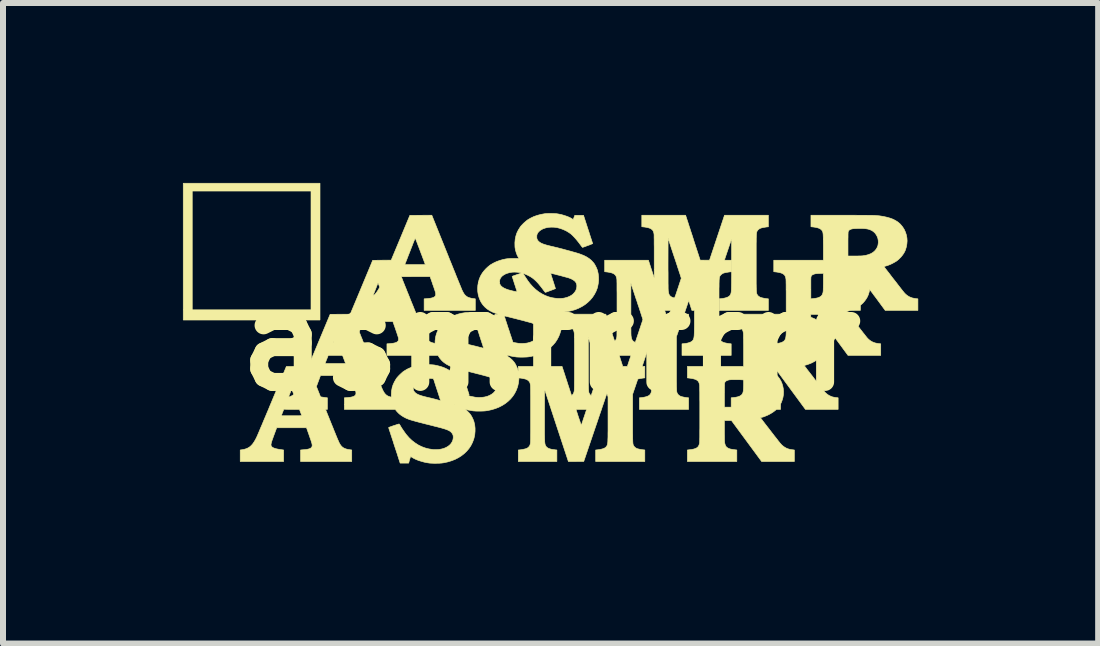
<source format=kicad_pcb>
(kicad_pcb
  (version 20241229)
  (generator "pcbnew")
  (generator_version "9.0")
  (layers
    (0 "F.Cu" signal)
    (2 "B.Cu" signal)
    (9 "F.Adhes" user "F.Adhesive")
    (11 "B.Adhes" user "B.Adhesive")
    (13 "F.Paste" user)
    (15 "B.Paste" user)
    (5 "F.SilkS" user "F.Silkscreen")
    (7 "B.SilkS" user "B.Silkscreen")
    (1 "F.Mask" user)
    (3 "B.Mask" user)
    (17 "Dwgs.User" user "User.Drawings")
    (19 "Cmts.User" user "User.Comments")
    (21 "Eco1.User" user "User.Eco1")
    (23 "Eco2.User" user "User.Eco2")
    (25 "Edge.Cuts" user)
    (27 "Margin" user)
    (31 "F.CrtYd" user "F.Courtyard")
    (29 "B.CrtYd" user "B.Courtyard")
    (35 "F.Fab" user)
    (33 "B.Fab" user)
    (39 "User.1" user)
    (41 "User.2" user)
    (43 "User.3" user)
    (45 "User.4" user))
  (footprint "asmrrrrrr"
    (layer "F.Cu")
    (at 6.134 2.628)
    (property "Reference" "asmrrrrrr" (at 0 0 0) (layer "F.SilkS") (effects (font (size 1.524 1.524) (thickness 0.3))))
    (attr through_hole)
    (fp_poly (pts (xy -3.849 -0.343) (xy -6.129 -0.343) (xy -6.129 -2.493) (xy -5.979 -2.493) (xy -5.979 -0.513) (xy -3.999 -0.513) (xy -3.999 -2.493) (xy -5.979 -2.493) (xy -6.129 -2.493) (xy -6.129 -2.623) (xy -3.849 -2.623) (xy -3.849 -0.343)) (stroke (width 0.01) (type solid)) (fill yes) (layer "F.SilkS"))
    (fp_poly (pts (xy 4.847 -2.09) (xy 4.918 -2.09) (xy 4.985 -2.09) (xy 5.049 -2.09) (xy 5.108 -2.089) (xy 5.162 -2.089) (xy 5.212 -2.089) (xy 5.256 -2.089) (xy 5.296 -2.088) (xy 5.329 -2.088) (xy 5.357 -2.088) (xy 5.379 -2.087) (xy 5.395 -2.087) (xy 5.404 -2.086) (xy 5.475 -2.08) (xy 5.54 -2.07) (xy 5.599 -2.057) (xy 5.653 -2.042) (xy 5.702 -2.024) (xy 5.745 -2.002) (xy 5.783 -1.978) (xy 5.817 -1.95) (xy 5.833 -1.933) (xy 5.865 -1.894) (xy 5.892 -1.851) (xy 5.912 -1.806) (xy 5.927 -1.759) (xy 5.936 -1.711) (xy 5.939 -1.661) (xy 5.935 -1.611) (xy 5.926 -1.561) (xy 5.911 -1.511) (xy 5.901 -1.488) (xy 5.884 -1.456) (xy 5.861 -1.423) (xy 5.835 -1.391) (xy 5.805 -1.361) (xy 5.774 -1.334) (xy 5.757 -1.322) (xy 5.73 -1.306) (xy 5.701 -1.29) (xy 5.669 -1.274) (xy 5.638 -1.261) (xy 5.608 -1.25) (xy 5.58 -1.242) (xy 5.565 -1.238) (xy 5.557 -1.236) (xy 5.553 -1.235) (xy 5.553 -1.235) (xy 5.555 -1.232) (xy 5.56 -1.224) (xy 5.569 -1.212) (xy 5.581 -1.196) (xy 5.596 -1.177) (xy 5.613 -1.155) (xy 5.632 -1.131) (xy 5.652 -1.105) (xy 5.673 -1.077) (xy 5.695 -1.048) (xy 5.718 -1.019) (xy 5.741 -0.99) (xy 5.763 -0.962) (xy 5.784 -0.934) (xy 5.804 -0.908) (xy 5.823 -0.884) (xy 5.84 -0.862) (xy 5.855 -0.843) (xy 5.867 -0.827) (xy 5.877 -0.816) (xy 5.883 -0.808) (xy 5.883 -0.807) (xy 5.911 -0.777) (xy 5.939 -0.753) (xy 5.969 -0.734) (xy 5.981 -0.728) (xy 6.003 -0.719) (xy 6.025 -0.711) (xy 6.048 -0.706) (xy 6.075 -0.701) (xy 6.087 -0.699) (xy 6.119 -0.696) (xy 6.119 -0.503) (xy 5.574 -0.503) (xy 5.446 -0.677) (xy 5.424 -0.707) (xy 5.403 -0.735) (xy 5.383 -0.761) (xy 5.366 -0.785) (xy 5.35 -0.806) (xy 5.337 -0.823) (xy 5.327 -0.836) (xy 5.32 -0.845) (xy 5.316 -0.85) (xy 5.316 -0.85) (xy 5.313 -0.847) (xy 5.313 -0.842) (xy 5.311 -0.832) (xy 5.308 -0.818) (xy 5.304 -0.801) (xy 5.298 -0.782) (xy 5.292 -0.764) (xy 5.288 -0.754) (xy 5.272 -0.72) (xy 5.251 -0.686) (xy 5.227 -0.654) (xy 5.202 -0.625) (xy 5.183 -0.608) (xy 5.16 -0.588) (xy 5.16 -0.546) (xy 5.159 -0.503) (xy 5.075 -0.503) (xy 5.049 -0.502) (xy 5.028 -0.502) (xy 5.012 -0.501) (xy 4.999 -0.5) (xy 4.988 -0.499) (xy 4.979 -0.498) (xy 4.971 -0.496) (xy 4.963 -0.493) (xy 4.95 -0.49) (xy 4.94 -0.487) (xy 4.934 -0.485) (xy 4.933 -0.485) (xy 4.935 -0.482) (xy 4.941 -0.475) (xy 4.949 -0.463) (xy 4.961 -0.447) (xy 4.976 -0.428) (xy 4.993 -0.406) (xy 5.011 -0.382) (xy 5.031 -0.356) (xy 5.053 -0.328) (xy 5.075 -0.3) (xy 5.097 -0.271) (xy 5.119 -0.242) (xy 5.142 -0.213) (xy 5.163 -0.185) (xy 5.184 -0.159) (xy 5.202 -0.135) (xy 5.22 -0.113) (xy 5.235 -0.094) (xy 5.247 -0.078) (xy 5.257 -0.066) (xy 5.263 -0.058) (xy 5.263 -0.057) (xy 5.291 -0.027) (xy 5.319 -0.003) (xy 5.349 0.016) (xy 5.361 0.022) (xy 5.383 0.031) (xy 5.405 0.039) (xy 5.428 0.044) (xy 5.455 0.049) (xy 5.467 0.05) (xy 5.499 0.054) (xy 5.499 0.247) (xy 4.954 0.247) (xy 4.451 -0.436) (xy 4.332 -0.437) (xy 4.333 -0.413) (xy 4.334 -0.389) (xy 4.361 -0.378) (xy 4.389 -0.367) (xy 4.412 -0.355) (xy 4.433 -0.342) (xy 4.454 -0.328) (xy 4.455 -0.327) (xy 4.492 -0.296) (xy 4.524 -0.26) (xy 4.552 -0.22) (xy 4.574 -0.176) (xy 4.591 -0.131) (xy 4.603 -0.083) (xy 4.608 -0.034) (xy 4.608 0.015) (xy 4.604 0.047) (xy 4.594 0.096) (xy 4.58 0.142) (xy 4.561 0.182) (xy 4.553 0.196) (xy 4.545 0.209) (xy 4.541 0.22) (xy 4.539 0.23) (xy 4.539 0.232) (xy 4.539 0.241) (xy 4.537 0.245) (xy 4.533 0.247) (xy 4.53 0.247) (xy 4.524 0.248) (xy 4.518 0.251) (xy 4.51 0.257) (xy 4.499 0.267) (xy 4.49 0.276) (xy 4.452 0.309) (xy 4.41 0.339) (xy 4.361 0.366) (xy 4.353 0.37) (xy 4.328 0.381) (xy 4.302 0.391) (xy 4.276 0.4) (xy 4.254 0.407) (xy 4.235 0.412) (xy 4.227 0.413) (xy 4.223 0.415) (xy 4.223 0.415) (xy 4.225 0.418) (xy 4.23 0.426) (xy 4.24 0.438) (xy 4.252 0.453) (xy 4.266 0.473) (xy 4.283 0.495) (xy 4.302 0.519) (xy 4.322 0.545) (xy 4.344 0.573) (xy 4.366 0.601) (xy 4.388 0.631) (xy 4.411 0.66) (xy 4.433 0.688) (xy 4.454 0.716) (xy 4.475 0.742) (xy 4.493 0.766) (xy 4.511 0.788) (xy 4.525 0.807) (xy 4.538 0.823) (xy 4.547 0.834) (xy 4.553 0.842) (xy 4.554 0.843) (xy 4.581 0.872) (xy 4.609 0.896) (xy 4.64 0.916) (xy 4.651 0.921) (xy 4.673 0.931) (xy 4.695 0.939) (xy 4.718 0.944) (xy 4.746 0.949) (xy 4.757 0.95) (xy 4.789 0.954) (xy 4.789 1.147) (xy 4.244 1.147) (xy 3.741 0.463) (xy 3.623 0.463) (xy 3.623 0.477) (xy 3.624 0.486) (xy 3.627 0.49) (xy 3.627 0.49) (xy 3.632 0.491) (xy 3.641 0.495) (xy 3.653 0.501) (xy 3.665 0.506) (xy 3.707 0.53) (xy 3.745 0.559) (xy 3.779 0.592) (xy 3.808 0.629) (xy 3.833 0.669) (xy 3.852 0.712) (xy 3.866 0.757) (xy 3.875 0.803) (xy 3.879 0.851) (xy 3.877 0.9) (xy 3.869 0.949) (xy 3.855 0.997) (xy 3.841 1.033) (xy 3.836 1.043) (xy 3.833 1.051) (xy 3.831 1.06) (xy 3.83 1.069) (xy 3.83 1.082) (xy 3.829 1.099) (xy 3.829 1.102) (xy 3.829 1.147) (xy 3.762 1.147) (xy 3.74 1.165) (xy 3.713 1.186) (xy 3.681 1.207) (xy 3.647 1.227) (xy 3.611 1.245) (xy 3.575 1.26) (xy 3.541 1.273) (xy 3.509 1.281) (xy 3.505 1.282) (xy 3.497 1.283) (xy 3.493 1.285) (xy 3.493 1.285) (xy 3.495 1.288) (xy 3.501 1.296) (xy 3.51 1.308) (xy 3.522 1.323) (xy 3.536 1.342) (xy 3.553 1.364) (xy 3.572 1.389) (xy 3.592 1.415) (xy 3.614 1.443) (xy 3.636 1.471) (xy 3.658 1.5) (xy 3.681 1.53) (xy 3.703 1.558) (xy 3.724 1.586) (xy 3.745 1.612) (xy 3.764 1.636) (xy 3.781 1.658) (xy 3.795 1.677) (xy 3.808 1.692) (xy 3.817 1.704) (xy 3.823 1.711) (xy 3.824 1.712) (xy 3.851 1.742) (xy 3.88 1.766) (xy 3.91 1.785) (xy 3.921 1.791) (xy 3.943 1.801) (xy 3.965 1.808) (xy 3.988 1.814) (xy 4.016 1.819) (xy 4.027 1.82) (xy 4.059 1.824) (xy 4.059 2.016) (xy 3.514 2.016) (xy 3.263 1.675) (xy 3.011 1.333) (xy 2.952 1.333) (xy 2.893 1.333) (xy 2.893 1.499) (xy 2.893 1.533) (xy 2.893 1.565) (xy 2.894 1.596) (xy 2.894 1.624) (xy 2.894 1.649) (xy 2.895 1.669) (xy 2.896 1.684) (xy 2.896 1.694) (xy 2.896 1.694) (xy 2.901 1.72) (xy 2.908 1.743) (xy 2.917 1.762) (xy 2.931 1.777) (xy 2.948 1.79) (xy 2.97 1.801) (xy 2.997 1.809) (xy 3.03 1.815) (xy 3.066 1.82) (xy 3.1 1.824) (xy 3.1 2.016) (xy 2.276 2.016) (xy 2.276 1.824) (xy 2.312 1.82) (xy 2.35 1.815) (xy 2.383 1.808) (xy 2.409 1.8) (xy 2.431 1.789) (xy 2.448 1.776) (xy 2.461 1.76) (xy 2.47 1.74) (xy 2.477 1.717) (xy 2.48 1.701) (xy 2.48 1.695) (xy 2.48 1.682) (xy 2.481 1.663) (xy 2.481 1.64) (xy 2.482 1.611) (xy 2.482 1.578) (xy 2.482 1.542) (xy 2.482 1.502) (xy 2.483 1.459) (xy 2.483 1.414) (xy 2.483 1.367) (xy 2.483 1.318) (xy 2.483 1.269) (xy 2.483 1.219) (xy 2.483 1.17) (xy 2.483 1.12) (xy 2.483 1.11) (xy 2.893 1.11) (xy 3.006 1.11) (xy 3.006 0.954) (xy 3.042 0.95) (xy 3.081 0.945) (xy 3.114 0.938) (xy 3.141 0.929) (xy 3.162 0.918) (xy 3.179 0.905) (xy 3.182 0.902) (xy 3.19 0.891) (xy 3.197 0.88) (xy 3.202 0.866) (xy 3.206 0.85) (xy 3.209 0.83) (xy 3.211 0.807) (xy 3.212 0.778) (xy 3.213 0.744) (xy 3.213 0.733) (xy 3.213 0.657) (xy 3.19 0.654) (xy 3.181 0.654) (xy 3.166 0.653) (xy 3.147 0.652) (xy 3.124 0.652) (xy 3.1 0.652) (xy 3.076 0.652) (xy 3.048 0.652) (xy 3.025 0.652) (xy 3.007 0.652) (xy 2.993 0.653) (xy 2.982 0.654) (xy 2.973 0.655) (xy 2.965 0.657) (xy 2.963 0.657) (xy 2.939 0.665) (xy 2.921 0.674) (xy 2.909 0.684) (xy 2.901 0.696) (xy 2.896 0.712) (xy 2.896 0.712) (xy 2.895 0.718) (xy 2.895 0.731) (xy 2.895 0.748) (xy 2.894 0.771) (xy 2.894 0.797) (xy 2.894 0.827) (xy 2.893 0.859) (xy 2.893 0.894) (xy 2.893 0.919) (xy 2.893 1.11) (xy 2.483 1.11) (xy 2.483 1.072) (xy 2.483 1.026) (xy 2.482 0.981) (xy 2.482 0.938) (xy 2.482 0.899) (xy 2.482 0.863) (xy 2.481 0.831) (xy 2.481 0.803) (xy 2.481 0.78) (xy 2.48 0.762) (xy 2.48 0.75) (xy 2.48 0.745) (xy 2.475 0.721) (xy 2.469 0.702) (xy 2.461 0.687) (xy 2.453 0.675) (xy 2.437 0.662) (xy 2.417 0.65) (xy 2.391 0.641) (xy 2.359 0.633) (xy 2.321 0.627) (xy 2.312 0.626) (xy 2.276 0.622) (xy 2.276 0.43) (xy 3.213 0.43) (xy 3.213 0.24) (xy 3.623 0.24) (xy 3.716 0.24) (xy 3.716 0.054) (xy 3.752 0.05) (xy 3.791 0.045) (xy 3.824 0.038) (xy 3.851 0.029) (xy 3.872 0.018) (xy 3.888 0.006) (xy 3.892 0.002) (xy 3.901 -0.01) (xy 3.908 -0.023) (xy 3.913 -0.038) (xy 3.917 -0.057) (xy 3.92 -0.08) (xy 3.922 -0.107) (xy 3.923 -0.14) (xy 3.923 -0.154) (xy 3.923 -0.216) (xy 3.892 -0.218) (xy 3.873 -0.219) (xy 3.85 -0.22) (xy 3.826 -0.22) (xy 3.8 -0.22) (xy 3.774 -0.219) (xy 3.75 -0.218) (xy 3.728 -0.216) (xy 3.71 -0.215) (xy 3.696 -0.213) (xy 3.691 -0.212) (xy 3.668 -0.204) (xy 3.65 -0.195) (xy 3.638 -0.185) (xy 3.63 -0.172) (xy 3.626 -0.158) (xy 3.625 -0.151) (xy 3.625 -0.139) (xy 3.624 -0.122) (xy 3.624 -0.099) (xy 3.624 -0.073) (xy 3.623 -0.043) (xy 3.623 -0.011) (xy 3.623 0.024) (xy 3.623 0.049) (xy 3.623 0.24) (xy 3.213 0.24) (xy 3.213 0.164) (xy 3.213 0.116) (xy 3.213 0.071) (xy 3.212 0.03) (xy 3.212 -0.008) (xy 3.212 -0.041) (xy 3.211 -0.069) (xy 3.211 -0.092) (xy 3.21 -0.11) (xy 3.21 -0.121) (xy 3.209 -0.125) (xy 3.205 -0.149) (xy 3.199 -0.168) (xy 3.191 -0.183) (xy 3.183 -0.195) (xy 3.167 -0.208) (xy 3.147 -0.22) (xy 3.121 -0.229) (xy 3.089 -0.237) (xy 3.051 -0.243) (xy 3.042 -0.244) (xy 3.006 -0.248) (xy 3.006 -0.44) (xy 3.923 -0.44) (xy 3.923 -0.721) (xy 3.923 -0.771) (xy 3.923 -0.817) (xy 3.922 -0.86) (xy 3.922 -0.876) (xy 4.334 -0.876) (xy 4.334 -0.85) (xy 4.334 -0.816) (xy 4.334 -0.784) (xy 4.334 -0.755) (xy 4.334 -0.73) (xy 4.334 -0.709) (xy 4.335 -0.693) (xy 4.335 -0.682) (xy 4.335 -0.676) (xy 4.335 -0.677) (xy 4.336 -0.696) (xy 4.372 -0.7) (xy 4.41 -0.705) (xy 4.442 -0.711) (xy 4.469 -0.72) (xy 4.491 -0.731) (xy 4.508 -0.744) (xy 4.521 -0.76) (xy 4.53 -0.78) (xy 4.537 -0.803) (xy 4.539 -0.818) (xy 4.54 -0.827) (xy 4.541 -0.841) (xy 4.541 -0.86) (xy 4.542 -0.883) (xy 4.542 -0.91) (xy 4.543 -0.939) (xy 4.543 -0.969) (xy 4.543 -0.981) (xy 4.543 -1.121) (xy 4.482 -1.119) (xy 4.453 -1.118) (xy 4.43 -1.116) (xy 4.411 -1.114) (xy 4.395 -1.11) (xy 4.381 -1.105) (xy 4.367 -1.099) (xy 4.366 -1.099) (xy 4.351 -1.089) (xy 4.341 -1.076) (xy 4.336 -1.058) (xy 4.336 -1.058) (xy 4.335 -1.051) (xy 4.335 -1.039) (xy 4.334 -1.021) (xy 4.334 -0.999) (xy 4.334 -0.973) (xy 4.334 -0.943) (xy 4.334 -0.911) (xy 4.334 -0.876) (xy 3.922 -0.876) (xy 3.922 -0.899) (xy 3.922 -0.933) (xy 3.921 -0.963) (xy 3.921 -0.987) (xy 3.92 -1.006) (xy 3.92 -1.019) (xy 3.919 -1.025) (xy 3.915 -1.049) (xy 3.909 -1.068) (xy 3.901 -1.083) (xy 3.893 -1.094) (xy 3.877 -1.108) (xy 3.857 -1.12) (xy 3.831 -1.129) (xy 3.799 -1.137) (xy 3.761 -1.143) (xy 3.752 -1.144) (xy 3.716 -1.148) (xy 3.716 -1.34) (xy 4.543 -1.34) (xy 4.543 -1.41) (xy 4.953 -1.41) (xy 5.061 -1.41) (xy 5.089 -1.41) (xy 5.117 -1.41) (xy 5.143 -1.411) (xy 5.166 -1.411) (xy 5.185 -1.412) (xy 5.199 -1.413) (xy 5.203 -1.414) (xy 5.25 -1.421) (xy 5.293 -1.433) (xy 5.334 -1.449) (xy 5.336 -1.45) (xy 5.37 -1.47) (xy 5.398 -1.494) (xy 5.422 -1.522) (xy 5.44 -1.553) (xy 5.453 -1.587) (xy 5.454 -1.595) (xy 5.459 -1.631) (xy 5.458 -1.667) (xy 5.452 -1.702) (xy 5.44 -1.735) (xy 5.423 -1.766) (xy 5.402 -1.794) (xy 5.377 -1.817) (xy 5.349 -1.836) (xy 5.344 -1.838) (xy 5.323 -1.847) (xy 5.301 -1.855) (xy 5.276 -1.861) (xy 5.249 -1.865) (xy 5.218 -1.868) (xy 5.182 -1.869) (xy 5.141 -1.869) (xy 5.122 -1.869) (xy 5.092 -1.868) (xy 5.068 -1.867) (xy 5.048 -1.866) (xy 5.032 -1.864) (xy 5.018 -1.861) (xy 5.006 -1.858) (xy 4.995 -1.853) (xy 4.986 -1.849) (xy 4.971 -1.839) (xy 4.961 -1.825) (xy 4.956 -1.808) (xy 4.956 -1.807) (xy 4.955 -1.801) (xy 4.955 -1.789) (xy 4.954 -1.771) (xy 4.954 -1.749) (xy 4.954 -1.723) (xy 4.953 -1.693) (xy 4.953 -1.66) (xy 4.953 -1.626) (xy 4.953 -1.601) (xy 4.953 -1.41) (xy 4.543 -1.41) (xy 4.543 -1.546) (xy 4.543 -1.594) (xy 4.542 -1.636) (xy 4.542 -1.673) (xy 4.542 -1.704) (xy 4.541 -1.731) (xy 4.54 -1.754) (xy 4.539 -1.773) (xy 4.537 -1.788) (xy 4.535 -1.801) (xy 4.532 -1.812) (xy 4.529 -1.82) (xy 4.525 -1.828) (xy 4.52 -1.835) (xy 4.515 -1.841) (xy 4.512 -1.844) (xy 4.497 -1.858) (xy 4.476 -1.87) (xy 4.451 -1.879) (xy 4.419 -1.887) (xy 4.381 -1.893) (xy 4.372 -1.894) (xy 4.336 -1.898) (xy 4.336 -2.09) (xy 4.847 -2.09)) (stroke (width 0.01) (type solid)) (fill yes) (layer "F.SilkS"))
    (fp_poly (pts (xy 0.015 -2.119) (xy 0.044 -2.118) (xy 0.071 -2.117) (xy 0.096 -2.115) (xy 0.115 -2.112) (xy 0.122 -2.111) (xy 0.173 -2.101) (xy 0.221 -2.087) (xy 0.266 -2.072) (xy 0.306 -2.056) (xy 0.341 -2.038) (xy 0.361 -2.025) (xy 0.368 -2.022) (xy 0.372 -2.021) (xy 0.373 -2.021) (xy 0.375 -2.025) (xy 0.378 -2.034) (xy 0.383 -2.046) (xy 0.387 -2.056) (xy 0.399 -2.088) (xy 0.544 -2.088) (xy 0.62 -1.853) (xy 0.633 -1.815) (xy 0.644 -1.779) (xy 0.655 -1.745) (xy 0.665 -1.714) (xy 0.674 -1.687) (xy 0.682 -1.663) (xy 0.688 -1.644) (xy 0.693 -1.629) (xy 0.696 -1.62) (xy 0.697 -1.617) (xy 0.694 -1.615) (xy 0.685 -1.612) (xy 0.673 -1.607) (xy 0.657 -1.6) (xy 0.639 -1.593) (xy 0.619 -1.586) (xy 0.599 -1.579) (xy 0.58 -1.571) (xy 0.563 -1.565) (xy 0.548 -1.56) (xy 0.536 -1.556) (xy 0.529 -1.554) (xy 0.528 -1.553) (xy 0.525 -1.556) (xy 0.519 -1.563) (xy 0.51 -1.573) (xy 0.5 -1.587) (xy 0.495 -1.594) (xy 0.458 -1.643) (xy 0.423 -1.686) (xy 0.39 -1.723) (xy 0.36 -1.754) (xy 0.331 -1.78) (xy 0.304 -1.799) (xy 0.303 -1.8) (xy 0.255 -1.829) (xy 0.205 -1.852) (xy 0.155 -1.87) (xy 0.105 -1.883) (xy 0.055 -1.89) (xy 0.005 -1.891) (xy -0.043 -1.888) (xy -0.088 -1.878) (xy -0.132 -1.863) (xy -0.143 -1.857) (xy -0.171 -1.841) (xy -0.195 -1.822) (xy -0.215 -1.8) (xy -0.226 -1.781) (xy -0.23 -1.77) (xy -0.233 -1.76) (xy -0.235 -1.749) (xy -0.235 -1.733) (xy -0.235 -1.731) (xy -0.235 -1.715) (xy -0.233 -1.704) (xy -0.231 -1.694) (xy -0.227 -1.685) (xy -0.217 -1.668) (xy -0.203 -1.653) (xy -0.186 -1.639) (xy -0.165 -1.626) (xy -0.139 -1.614) (xy -0.108 -1.603) (xy -0.072 -1.592) (xy -0.029 -1.581) (xy 0.003 -1.573) (xy 0.035 -1.566) (xy 0.071 -1.557) (xy 0.11 -1.548) (xy 0.151 -1.537) (xy 0.195 -1.526) (xy 0.238 -1.514) (xy 0.282 -1.502) (xy 0.324 -1.491) (xy 0.365 -1.479) (xy 0.402 -1.469) (xy 0.436 -1.459) (xy 0.465 -1.45) (xy 0.489 -1.442) (xy 0.49 -1.441) (xy 0.545 -1.42) (xy 0.593 -1.396) (xy 0.637 -1.368) (xy 0.675 -1.337) (xy 0.707 -1.302) (xy 0.717 -1.29) (xy 0.73 -1.271) (xy 0.743 -1.247) (xy 0.756 -1.222) (xy 0.767 -1.196) (xy 0.776 -1.172) (xy 0.778 -1.166) (xy 0.789 -1.114) (xy 0.795 -1.061) (xy 0.796 -1.006) (xy 0.79 -0.952) (xy 0.78 -0.899) (xy 0.773 -0.873) (xy 0.752 -0.819) (xy 0.725 -0.768) (xy 0.693 -0.72) (xy 0.656 -0.676) (xy 0.614 -0.636) (xy 0.568 -0.599) (xy 0.517 -0.567) (xy 0.462 -0.539) (xy 0.403 -0.515) (xy 0.34 -0.497) (xy 0.274 -0.483) (xy 0.24 -0.478) (xy 0.22 -0.476) (xy 0.199 -0.474) (xy 0.179 -0.473) (xy 0.17 -0.473) (xy 0.138 -0.473) (xy 0.149 -0.444) (xy 0.158 -0.417) (xy 0.165 -0.391) (xy 0.17 -0.364) (xy 0.173 -0.336) (xy 0.174 -0.304) (xy 0.175 -0.282) (xy 0.174 -0.248) (xy 0.173 -0.22) (xy 0.17 -0.195) (xy 0.166 -0.17) (xy 0.159 -0.146) (xy 0.153 -0.124) (xy 0.132 -0.069) (xy 0.105 -0.018) (xy 0.074 0.03) (xy 0.036 0.074) (xy -0.006 0.114) (xy -0.052 0.151) (xy -0.103 0.183) (xy -0.158 0.211) (xy -0.217 0.235) (xy -0.28 0.253) (xy -0.346 0.267) (xy -0.38 0.272) (xy -0.401 0.274) (xy -0.427 0.275) (xy -0.457 0.276) (xy -0.487 0.276) (xy -0.517 0.276) (xy -0.545 0.275) (xy -0.569 0.274) (xy -0.576 0.273) (xy -0.625 0.266) (xy -0.675 0.256) (xy -0.724 0.243) (xy -0.77 0.227) (xy -0.814 0.21) (xy -0.852 0.191) (xy -0.876 0.177) (xy -0.887 0.17) (xy -0.895 0.166) (xy -0.9 0.165) (xy -0.9 0.166) (xy -0.902 0.171) (xy -0.904 0.177) (xy -0.905 0.18) (xy -0.904 0.183) (xy -0.902 0.186) (xy -0.897 0.188) (xy -0.888 0.192) (xy -0.874 0.197) (xy -0.856 0.203) (xy -0.851 0.205) (xy -0.798 0.224) (xy -0.752 0.246) (xy -0.711 0.27) (xy -0.675 0.296) (xy -0.643 0.325) (xy -0.615 0.357) (xy -0.613 0.36) (xy -0.6 0.378) (xy -0.587 0.401) (xy -0.574 0.427) (xy -0.563 0.452) (xy -0.554 0.476) (xy -0.552 0.483) (xy -0.544 0.512) (xy -0.543 0.471) (xy -0.543 0.43) (xy 0.186 0.43) (xy 0.221 0.537) (xy 0.231 0.566) (xy 0.241 0.6) (xy 0.253 0.636) (xy 0.266 0.675) (xy 0.278 0.713) (xy 0.29 0.75) (xy 0.3 0.78) (xy 0.309 0.808) (xy 0.318 0.835) (xy 0.326 0.859) (xy 0.333 0.88) (xy 0.338 0.896) (xy 0.342 0.908) (xy 0.345 0.915) (xy 0.345 0.916) (xy 0.348 0.915) (xy 0.354 0.91) (xy 0.362 0.902) (xy 0.372 0.889) (xy 0.38 0.873) (xy 0.386 0.854) (xy 0.39 0.832) (xy 0.39 0.825) (xy 0.391 0.811) (xy 0.391 0.792) (xy 0.392 0.766) (xy 0.392 0.734) (xy 0.392 0.697) (xy 0.393 0.654) (xy 0.393 0.606) (xy 0.393 0.553) (xy 0.393 0.495) (xy 0.393 0.432) (xy 0.393 0.364) (xy 0.393 0.353) (xy 0.393 0.285) (xy 0.393 0.222) (xy 0.393 0.163) (xy 0.393 0.109) (xy 0.393 0.06) (xy 0.392 0.016) (xy 0.392 -0.022) (xy 0.392 -0.055) (xy 0.392 -0.058) (xy 0.624 -0.058) (xy 0.625 0.385) (xy 0.625 0.45) (xy 0.625 0.509) (xy 0.625 0.562) (xy 0.625 0.609) (xy 0.625 0.651) (xy 0.625 0.689) (xy 0.626 0.721) (xy 0.626 0.749) (xy 0.627 0.774) (xy 0.627 0.795) (xy 0.628 0.812) (xy 0.629 0.827) (xy 0.63 0.839) (xy 0.631 0.849) (xy 0.632 0.857) (xy 0.633 0.864) (xy 0.635 0.869) (xy 0.637 0.874) (xy 0.639 0.879) (xy 0.641 0.883) (xy 0.644 0.887) (xy 0.645 0.888) (xy 0.651 0.897) (xy 0.658 0.906) (xy 0.665 0.913) (xy 0.671 0.916) (xy 0.672 0.917) (xy 0.673 0.913) (xy 0.676 0.905) (xy 0.681 0.89) (xy 0.687 0.872) (xy 0.695 0.848) (xy 0.704 0.822) (xy 0.714 0.792) (xy 0.725 0.759) (xy 0.737 0.724) (xy 0.741 0.71) (xy 0.81 0.504) (xy 0.726 0.251) (xy 1.14 0.251) (xy 1.141 0.251) (xy 1.142 0.255) (xy 1.145 0.265) (xy 1.15 0.279) (xy 1.155 0.297) (xy 1.162 0.318) (xy 1.169 0.341) (xy 1.17 0.342) (xy 1.198 0.43) (xy 1.275 0.43) (xy 1.305 0.338) (xy 1.336 0.247) (xy 1.238 0.247) (xy 1.208 0.247) (xy 1.185 0.247) (xy 1.167 0.247) (xy 1.155 0.248) (xy 1.146 0.248) (xy 1.142 0.249) (xy 1.14 0.251) (xy 0.726 0.251) (xy 0.624 -0.058) (xy 0.392 -0.058) (xy 0.391 -0.081) (xy 0.391 -0.102) (xy 0.39 -0.116) (xy 0.39 -0.124) (xy 0.39 -0.125) (xy 0.385 -0.149) (xy 0.38 -0.168) (xy 0.371 -0.183) (xy 0.363 -0.195) (xy 0.348 -0.208) (xy 0.327 -0.22) (xy 0.301 -0.229) (xy 0.269 -0.237) (xy 0.232 -0.243) (xy 0.222 -0.244) (xy 0.187 -0.248) (xy 0.187 -0.44) (xy 0.916 -0.44) (xy 0.953 -0.327) (xy 0.963 -0.294) (xy 0.976 -0.257) (xy 0.988 -0.218) (xy 1.001 -0.179) (xy 1.013 -0.142) (xy 1.024 -0.109) (xy 1.025 -0.105) (xy 1.033 -0.079) (xy 1.041 -0.055) (xy 1.048 -0.034) (xy 1.054 -0.017) (xy 1.059 -0.003) (xy 1.062 0.005) (xy 1.063 0.008) (xy 1.067 0.007) (xy 1.072 0.002) (xy 1.079 -0.006) (xy 1.085 -0.016) (xy 1.09 -0.026) (xy 1.091 -0.03) (xy 1.095 -0.041) (xy 1.098 -0.056) (xy 1.1 -0.068) (xy 1.1 -0.075) (xy 1.101 -0.089) (xy 1.101 -0.108) (xy 1.101 -0.134) (xy 1.102 -0.166) (xy 1.102 -0.203) (xy 1.102 -0.246) (xy 1.103 -0.294) (xy 1.103 -0.347) (xy 1.103 -0.405) (xy 1.103 -0.468) (xy 1.103 -0.487) (xy 1.334 -0.487) (xy 1.334 -0.432) (xy 1.334 -0.38) (xy 1.334 -0.331) (xy 1.334 -0.285) (xy 1.334 -0.243) (xy 1.334 -0.206) (xy 1.335 -0.172) (xy 1.335 -0.144) (xy 1.335 -0.121) (xy 1.336 -0.104) (xy 1.336 -0.093) (xy 1.336 -0.09) (xy 1.34 -0.06) (xy 1.345 -0.036) (xy 1.352 -0.017) (xy 1.361 -0.002) (xy 1.374 0.011) (xy 1.387 0.02) (xy 1.397 0.025) (xy 1.404 0.029) (xy 1.407 0.03) (xy 1.408 0.027) (xy 1.411 0.018) (xy 1.416 0.004) (xy 1.423 -0.015) (xy 1.43 -0.038) (xy 1.439 -0.064) (xy 1.449 -0.094) (xy 1.46 -0.126) (xy 1.471 -0.16) (xy 1.534 -0.349) (xy 1.524 -0.384) (xy 1.521 -0.392) (xy 1.516 -0.406) (xy 1.51 -0.426) (xy 1.502 -0.45) (xy 1.493 -0.478) (xy 1.485 -0.503) (xy 1.897 -0.503) (xy 1.907 -0.472) (xy 1.918 -0.44) (xy 1.975 -0.44) (xy 1.985 -0.472) (xy 1.996 -0.503) (xy 1.897 -0.503) (xy 1.485 -0.503) (xy 1.482 -0.51) (xy 1.471 -0.546) (xy 1.458 -0.583) (xy 1.445 -0.623) (xy 1.432 -0.664) (xy 1.423 -0.688) (xy 1.334 -0.958) (xy 1.334 -0.543) (xy 1.334 -0.487) (xy 1.103 -0.487) (xy 1.103 -0.535) (xy 1.103 -0.547) (xy 1.103 -0.615) (xy 1.103 -0.678) (xy 1.103 -0.737) (xy 1.103 -0.791) (xy 1.102 -0.84) (xy 1.102 -0.884) (xy 1.102 -0.922) (xy 1.102 -0.955) (xy 1.101 -0.981) (xy 1.101 -1.002) (xy 1.1 -1.016) (xy 1.1 -1.024) (xy 1.1 -1.025) (xy 1.095 -1.049) (xy 1.089 -1.068) (xy 1.081 -1.083) (xy 1.073 -1.094) (xy 1.057 -1.108) (xy 1.037 -1.12) (xy 1.011 -1.129) (xy 0.979 -1.137) (xy 0.942 -1.143) (xy 0.932 -1.144) (xy 0.897 -1.148) (xy 0.897 -1.34) (xy 1.626 -1.34) (xy 1.663 -1.226) (xy 1.672 -1.198) (xy 1.681 -1.17) (xy 1.69 -1.144) (xy 1.697 -1.121) (xy 1.704 -1.101) (xy 1.709 -1.086) (xy 1.711 -1.078) (xy 1.723 -1.045) (xy 1.723 -1.236) (xy 1.953 -1.236) (xy 1.953 -1.182) (xy 1.954 -1.13) (xy 1.954 -1.081) (xy 1.954 -1.035) (xy 1.954 -0.993) (xy 1.954 -0.955) (xy 1.955 -0.922) (xy 1.955 -0.894) (xy 1.955 -0.871) (xy 1.956 -0.854) (xy 1.956 -0.843) (xy 1.956 -0.84) (xy 1.96 -0.81) (xy 1.965 -0.786) (xy 1.972 -0.766) (xy 1.982 -0.751) (xy 1.994 -0.739) (xy 2.005 -0.731) (xy 2.017 -0.725) (xy 2.031 -0.719) (xy 2.045 -0.714) (xy 2.056 -0.711) (xy 2.06 -0.71) (xy 2.062 -0.712) (xy 2.064 -0.717) (xy 2.068 -0.727) (xy 2.074 -0.741) (xy 2.081 -0.759) (xy 2.089 -0.783) (xy 2.099 -0.813) (xy 2.111 -0.848) (xy 2.12 -0.875) (xy 2.174 -1.039) (xy 2.149 -1.119) (xy 2.143 -1.135) (xy 2.136 -1.157) (xy 2.128 -1.183) (xy 2.117 -1.214) (xy 2.106 -1.249) (xy 2.094 -1.286) (xy 2.081 -1.325) (xy 2.067 -1.367) (xy 2.053 -1.408) (xy 2.039 -1.45) (xy 2.038 -1.453) (xy 1.954 -1.708) (xy 1.953 -1.293) (xy 1.953 -1.236) (xy 1.723 -1.236) (xy 1.723 -1.398) (xy 1.723 -1.457) (xy 1.723 -1.511) (xy 1.723 -1.562) (xy 1.722 -1.607) (xy 1.722 -1.648) (xy 1.722 -1.684) (xy 1.721 -1.714) (xy 1.721 -1.738) (xy 1.721 -1.757) (xy 1.72 -1.769) (xy 1.72 -1.775) (xy 1.715 -1.799) (xy 1.709 -1.818) (xy 1.701 -1.833) (xy 1.693 -1.844) (xy 1.677 -1.858) (xy 1.657 -1.87) (xy 1.631 -1.879) (xy 1.599 -1.887) (xy 1.562 -1.893) (xy 1.552 -1.894) (xy 1.516 -1.898) (xy 1.516 -2.09) (xy 2.246 -2.09) (xy 2.275 -2.001) (xy 2.281 -1.984) (xy 2.288 -1.961) (xy 2.297 -1.933) (xy 2.307 -1.901) (xy 2.319 -1.866) (xy 2.331 -1.827) (xy 2.345 -1.786) (xy 2.359 -1.743) (xy 2.373 -1.699) (xy 2.387 -1.654) (xy 2.396 -1.626) (xy 2.489 -1.341) (xy 2.645 -1.34) (xy 2.77 -1.715) (xy 2.895 -2.09) (xy 3.626 -2.09) (xy 3.626 -1.897) (xy 3.602 -1.895) (xy 3.581 -1.892) (xy 3.558 -1.888) (xy 3.534 -1.884) (xy 3.513 -1.879) (xy 3.496 -1.873) (xy 3.494 -1.873) (xy 3.476 -1.863) (xy 3.458 -1.85) (xy 3.445 -1.835) (xy 3.439 -1.825) (xy 3.437 -1.821) (xy 3.435 -1.817) (xy 3.433 -1.812) (xy 3.432 -1.807) (xy 3.43 -1.801) (xy 3.429 -1.794) (xy 3.428 -1.785) (xy 3.427 -1.775) (xy 3.426 -1.762) (xy 3.425 -1.746) (xy 3.425 -1.728) (xy 3.424 -1.706) (xy 3.424 -1.681) (xy 3.424 -1.652) (xy 3.423 -1.618) (xy 3.423 -1.58) (xy 3.423 -1.537) (xy 3.423 -1.489) (xy 3.423 -1.435) (xy 3.423 -1.375) (xy 3.423 -1.309) (xy 3.423 -1.296) (xy 3.423 -1.229) (xy 3.423 -1.168) (xy 3.423 -1.113) (xy 3.423 -1.064) (xy 3.423 -1.02) (xy 3.423 -0.981) (xy 3.423 -0.947) (xy 3.424 -0.917) (xy 3.424 -0.891) (xy 3.425 -0.869) (xy 3.425 -0.85) (xy 3.426 -0.834) (xy 3.427 -0.82) (xy 3.428 -0.809) (xy 3.429 -0.8) (xy 3.43 -0.793) (xy 3.431 -0.787) (xy 3.433 -0.781) (xy 3.435 -0.777) (xy 3.436 -0.773) (xy 3.439 -0.768) (xy 3.439 -0.768) (xy 3.45 -0.751) (xy 3.466 -0.737) (xy 3.485 -0.725) (xy 3.495 -0.72) (xy 3.512 -0.715) (xy 3.533 -0.71) (xy 3.557 -0.705) (xy 3.581 -0.701) (xy 3.602 -0.698) (xy 3.626 -0.696) (xy 3.626 -0.503) (xy 2.806 -0.503) (xy 2.806 -0.696) (xy 2.829 -0.698) (xy 2.869 -0.703) (xy 2.903 -0.71) (xy 2.931 -0.718) (xy 2.954 -0.728) (xy 2.973 -0.74) (xy 2.987 -0.755) (xy 2.997 -0.772) (xy 3.001 -0.785) (xy 3.003 -0.791) (xy 3.004 -0.798) (xy 3.006 -0.806) (xy 3.007 -0.816) (xy 3.008 -0.828) (xy 3.009 -0.842) (xy 3.01 -0.859) (xy 3.01 -0.878) (xy 3.011 -0.901) (xy 3.011 -0.928) (xy 3.012 -0.959) (xy 3.012 -0.994) (xy 3.012 -1.034) (xy 3.013 -1.079) (xy 3.013 -1.13) (xy 3.013 -1.186) (xy 3.013 -1.248) (xy 3.013 -1.286) (xy 3.013 -1.695) (xy 2.953 -1.52) (xy 2.942 -1.487) (xy 2.931 -1.456) (xy 2.922 -1.428) (xy 2.913 -1.403) (xy 2.906 -1.381) (xy 2.9 -1.364) (xy 2.896 -1.351) (xy 2.894 -1.344) (xy 2.893 -1.342) (xy 2.896 -1.342) (xy 2.905 -1.341) (xy 2.918 -1.34) (xy 2.935 -1.34) (xy 2.95 -1.34) (xy 3.006 -1.34) (xy 3.006 -1.147) (xy 2.982 -1.145) (xy 2.961 -1.142) (xy 2.938 -1.138) (xy 2.914 -1.134) (xy 2.893 -1.129) (xy 2.876 -1.124) (xy 2.874 -1.123) (xy 2.856 -1.113) (xy 2.839 -1.1) (xy 2.825 -1.085) (xy 2.819 -1.076) (xy 2.817 -1.071) (xy 2.815 -1.067) (xy 2.813 -1.063) (xy 2.812 -1.057) (xy 2.81 -1.052) (xy 2.809 -1.044) (xy 2.808 -1.036) (xy 2.807 -1.025) (xy 2.806 -1.012) (xy 2.805 -0.996) (xy 2.805 -0.978) (xy 2.804 -0.956) (xy 2.804 -0.931) (xy 2.804 -0.902) (xy 2.803 -0.868) (xy 2.803 -0.83) (xy 2.803 -0.787) (xy 2.803 -0.739) (xy 2.803 -0.685) (xy 2.803 -0.625) (xy 2.803 -0.559) (xy 2.803 -0.547) (xy 2.803 -0.479) (xy 2.803 -0.418) (xy 2.803 -0.364) (xy 2.803 -0.314) (xy 2.803 -0.27) (xy 2.803 -0.231) (xy 2.804 -0.197) (xy 2.804 -0.167) (xy 2.804 -0.141) (xy 2.805 -0.119) (xy 2.805 -0.1) (xy 2.806 -0.084) (xy 2.807 -0.071) (xy 2.808 -0.059) (xy 2.809 -0.05) (xy 2.81 -0.043) (xy 2.811 -0.037) (xy 2.813 -0.032) (xy 2.815 -0.027) (xy 2.817 -0.023) (xy 2.819 -0.018) (xy 2.819 -0.018) (xy 2.83 -0.002) (xy 2.846 0.013) (xy 2.865 0.025) (xy 2.875 0.03) (xy 2.892 0.035) (xy 2.913 0.04) (xy 2.937 0.045) (xy 2.961 0.049) (xy 2.982 0.052) (xy 3.006 0.054) (xy 3.006 0.247) (xy 2.186 0.247) (xy 2.186 0.054) (xy 2.209 0.052) (xy 2.25 0.047) (xy 2.285 0.04) (xy 2.314 0.031) (xy 2.337 0.021) (xy 2.355 0.008) (xy 2.367 -0.004) (xy 2.371 -0.011) (xy 2.376 -0.019) (xy 2.379 -0.028) (xy 2.382 -0.038) (xy 2.385 -0.051) (xy 2.387 -0.066) (xy 2.389 -0.083) (xy 2.39 -0.105) (xy 2.391 -0.13) (xy 2.392 -0.16) (xy 2.392 -0.194) (xy 2.393 -0.234) (xy 2.393 -0.28) (xy 2.393 -0.316) (xy 2.393 -0.503) (xy 2.351 -0.503) (xy 2.325 -0.585) (xy 2.298 -0.668) (xy 2.26 -0.555) (xy 2.221 -0.442) (xy 2.259 -0.441) (xy 2.296 -0.44) (xy 2.296 -0.248) (xy 2.261 -0.244) (xy 2.24 -0.241) (xy 2.218 -0.237) (xy 2.197 -0.232) (xy 2.178 -0.227) (xy 2.163 -0.222) (xy 2.154 -0.219) (xy 2.151 -0.217) (xy 2.148 -0.214) (xy 2.144 -0.209) (xy 2.141 -0.201) (xy 2.136 -0.19) (xy 2.131 -0.174) (xy 2.124 -0.154) (xy 2.119 -0.139) (xy 2.093 -0.065) (xy 2.093 0.377) (xy 2.093 0.443) (xy 2.093 0.502) (xy 2.093 0.555) (xy 2.093 0.603) (xy 2.093 0.645) (xy 2.093 0.682) (xy 2.094 0.715) (xy 2.094 0.744) (xy 2.094 0.768) (xy 2.095 0.789) (xy 2.096 0.807) (xy 2.096 0.822) (xy 2.097 0.835) (xy 2.098 0.845) (xy 2.099 0.853) (xy 2.101 0.86) (xy 2.102 0.866) (xy 2.104 0.871) (xy 2.106 0.875) (xy 2.108 0.88) (xy 2.109 0.882) (xy 2.12 0.898) (xy 2.136 0.913) (xy 2.155 0.925) (xy 2.165 0.93) (xy 2.182 0.935) (xy 2.203 0.94) (xy 2.227 0.945) (xy 2.251 0.949) (xy 2.272 0.952) (xy 2.296 0.954) (xy 2.296 1.147) (xy 1.476 1.147) (xy 1.476 0.954) (xy 1.499 0.952) (xy 1.539 0.947) (xy 1.573 0.94) (xy 1.601 0.932) (xy 1.625 0.922) (xy 1.643 0.91) (xy 1.657 0.895) (xy 1.667 0.878) (xy 1.672 0.865) (xy 1.673 0.858) (xy 1.675 0.851) (xy 1.676 0.841) (xy 1.678 0.83) (xy 1.679 0.816) (xy 1.68 0.8) (xy 1.68 0.781) (xy 1.681 0.758) (xy 1.682 0.732) (xy 1.682 0.701) (xy 1.682 0.666) (xy 1.683 0.626) (xy 1.683 0.58) (xy 1.683 0.529) (xy 1.683 0.472) (xy 1.683 0.435) (xy 1.683 0.098) (xy 1.671 0.062) (xy 1.666 0.048) (xy 1.662 0.037) (xy 1.659 0.031) (xy 1.657 0.03) (xy 1.657 0.03) (xy 1.656 0.034) (xy 1.652 0.044) (xy 1.647 0.059) (xy 1.641 0.078) (xy 1.633 0.102) (xy 1.623 0.129) (xy 1.613 0.159) (xy 1.602 0.192) (xy 1.59 0.226) (xy 1.589 0.229) (xy 1.578 0.264) (xy 1.566 0.296) (xy 1.556 0.327) (xy 1.547 0.354) (xy 1.539 0.378) (xy 1.533 0.397) (xy 1.528 0.413) (xy 1.524 0.422) (xy 1.523 0.427) (xy 1.523 0.427) (xy 1.526 0.428) (xy 1.534 0.43) (xy 1.545 0.43) (xy 1.566 0.43) (xy 1.566 0.622) (xy 1.532 0.626) (xy 1.514 0.629) (xy 1.496 0.632) (xy 1.479 0.635) (xy 1.474 0.636) (xy 1.449 0.642) (xy 1.406 0.768) (xy 1.363 0.894) (xy 1.363 1.292) (xy 1.363 1.354) (xy 1.363 1.41) (xy 1.363 1.46) (xy 1.363 1.504) (xy 1.363 1.544) (xy 1.364 1.578) (xy 1.364 1.608) (xy 1.364 1.634) (xy 1.365 1.656) (xy 1.365 1.674) (xy 1.366 1.69) (xy 1.367 1.703) (xy 1.368 1.714) (xy 1.369 1.722) (xy 1.371 1.73) (xy 1.372 1.736) (xy 1.374 1.741) (xy 1.376 1.745) (xy 1.378 1.75) (xy 1.379 1.752) (xy 1.391 1.768) (xy 1.406 1.783) (xy 1.425 1.795) (xy 1.435 1.8) (xy 1.452 1.805) (xy 1.473 1.81) (xy 1.497 1.815) (xy 1.521 1.819) (xy 1.542 1.821) (xy 1.566 1.824) (xy 1.566 2.016) (xy 0.747 2.016) (xy 0.747 1.824) (xy 0.769 1.822) (xy 0.809 1.817) (xy 0.843 1.81) (xy 0.872 1.802) (xy 0.895 1.792) (xy 0.913 1.78) (xy 0.927 1.765) (xy 0.937 1.748) (xy 0.942 1.735) (xy 0.943 1.728) (xy 0.945 1.721) (xy 0.946 1.712) (xy 0.948 1.701) (xy 0.949 1.688) (xy 0.95 1.672) (xy 0.95 1.653) (xy 0.951 1.631) (xy 0.952 1.606) (xy 0.952 1.576) (xy 0.952 1.542) (xy 0.953 1.503) (xy 0.953 1.459) (xy 0.953 1.409) (xy 0.953 1.353) (xy 0.953 1.292) (xy 0.953 1.29) (xy 0.953 0.938) (xy 0.944 0.91) (xy 0.939 0.897) (xy 0.935 0.889) (xy 0.932 0.886) (xy 0.932 0.887) (xy 0.931 0.89) (xy 0.927 0.9) (xy 0.922 0.915) (xy 0.915 0.936) (xy 0.906 0.961) (xy 0.896 0.992) (xy 0.884 1.027) (xy 0.871 1.065) (xy 0.856 1.108) (xy 0.841 1.154) (xy 0.824 1.203) (xy 0.806 1.255) (xy 0.788 1.309) (xy 0.769 1.366) (xy 0.749 1.424) (xy 0.739 1.453) (xy 0.548 2.015) (xy 0.42 2.016) (xy 0.292 2.016) (xy 0.093 1.414) (xy 0.007 1.152) (xy 0.421 1.152) (xy 0.421 1.152) (xy 0.424 1.162) (xy 0.428 1.177) (xy 0.434 1.195) (xy 0.441 1.216) (xy 0.448 1.239) (xy 0.456 1.263) (xy 0.464 1.288) (xy 0.473 1.313) (xy 0.481 1.336) (xy 0.488 1.358) (xy 0.494 1.377) (xy 0.5 1.392) (xy 0.504 1.403) (xy 0.506 1.41) (xy 0.507 1.411) (xy 0.508 1.407) (xy 0.512 1.398) (xy 0.517 1.384) (xy 0.523 1.365) (xy 0.531 1.343) (xy 0.539 1.318) (xy 0.548 1.29) (xy 0.553 1.277) (xy 0.596 1.147) (xy 0.508 1.147) (xy 0.481 1.147) (xy 0.46 1.147) (xy 0.445 1.147) (xy 0.434 1.147) (xy 0.427 1.148) (xy 0.423 1.149) (xy 0.421 1.15) (xy 0.421 1.152) (xy 0.007 1.152) (xy -0.105 0.812) (xy -0.106 1.222) (xy -0.106 1.288) (xy -0.106 1.349) (xy -0.106 1.404) (xy -0.106 1.452) (xy -0.106 1.496) (xy -0.106 1.535) (xy -0.106 1.569) (xy -0.105 1.598) (xy -0.105 1.624) (xy -0.104 1.647) (xy -0.103 1.666) (xy -0.103 1.682) (xy -0.102 1.695) (xy -0.1 1.707) (xy -0.099 1.716) (xy -0.098 1.724) (xy -0.096 1.731) (xy -0.095 1.735) (xy -0.087 1.754) (xy -0.076 1.77) (xy -0.061 1.784) (xy -0.041 1.796) (xy -0.016 1.805) (xy 0.014 1.813) (xy 0.05 1.818) (xy 0.077 1.822) (xy 0.1 1.824) (xy 0.1 2.016) (xy -0.543 2.016) (xy -0.543 1.824) (xy -0.517 1.822) (xy -0.495 1.819) (xy -0.471 1.815) (xy -0.448 1.81) (xy -0.426 1.805) (xy -0.409 1.8) (xy -0.407 1.799) (xy -0.389 1.79) (xy -0.372 1.776) (xy -0.358 1.76) (xy -0.349 1.743) (xy -0.349 1.741) (xy -0.345 1.729) (xy -0.342 1.714) (xy -0.34 1.701) (xy -0.34 1.695) (xy -0.339 1.681) (xy -0.339 1.662) (xy -0.338 1.636) (xy -0.338 1.604) (xy -0.338 1.567) (xy -0.337 1.524) (xy -0.337 1.476) (xy -0.337 1.423) (xy -0.337 1.365) (xy -0.337 1.302) (xy -0.337 1.234) (xy -0.337 1.223) (xy -0.337 1.155) (xy -0.337 1.091) (xy -0.337 1.033) (xy -0.337 0.979) (xy -0.337 0.93) (xy -0.338 0.886) (xy -0.338 0.848) (xy -0.338 0.815) (xy -0.339 0.789) (xy -0.339 0.768) (xy -0.34 0.754) (xy -0.34 0.746) (xy -0.34 0.745) (xy -0.343 0.73) (xy -0.346 0.715) (xy -0.349 0.705) (xy -0.357 0.688) (xy -0.371 0.672) (xy -0.388 0.658) (xy -0.407 0.648) (xy -0.408 0.647) (xy -0.423 0.642) (xy -0.443 0.637) (xy -0.465 0.633) (xy -0.488 0.628) (xy -0.509 0.625) (xy -0.512 0.625) (xy -0.532 0.623) (xy -0.534 0.654) (xy -0.541 0.708) (xy -0.552 0.759) (xy -0.557 0.776) (xy -0.578 0.831) (xy -0.604 0.882) (xy -0.636 0.93) (xy -0.673 0.974) (xy -0.715 1.014) (xy -0.762 1.051) (xy -0.813 1.083) (xy -0.868 1.111) (xy -0.927 1.134) (xy -0.99 1.153) (xy -1.056 1.167) (xy -1.09 1.172) (xy -1.112 1.174) (xy -1.138 1.175) (xy -1.168 1.176) (xy -1.199 1.176) (xy -1.23 1.176) (xy -1.258 1.175) (xy -1.282 1.173) (xy -1.287 1.173) (xy -1.304 1.171) (xy -1.325 1.167) (xy -1.348 1.163) (xy -1.372 1.159) (xy -1.395 1.154) (xy -1.414 1.15) (xy -1.42 1.148) (xy -1.425 1.147) (xy -1.425 1.148) (xy -1.42 1.152) (xy -1.418 1.154) (xy -1.405 1.165) (xy -1.39 1.179) (xy -1.374 1.195) (xy -1.358 1.211) (xy -1.346 1.226) (xy -1.343 1.23) (xy -1.33 1.249) (xy -1.317 1.272) (xy -1.304 1.297) (xy -1.293 1.323) (xy -1.284 1.347) (xy -1.282 1.354) (xy -1.27 1.405) (xy -1.264 1.459) (xy -1.264 1.513) (xy -1.269 1.568) (xy -1.28 1.621) (xy -1.287 1.646) (xy -1.308 1.701) (xy -1.334 1.752) (xy -1.366 1.8) (xy -1.403 1.844) (xy -1.445 1.884) (xy -1.492 1.921) (xy -1.543 1.953) (xy -1.598 1.981) (xy -1.657 2.004) (xy -1.72 2.023) (xy -1.785 2.037) (xy -1.82 2.042) (xy -1.838 2.043) (xy -1.861 2.045) (xy -1.888 2.045) (xy -1.917 2.046) (xy -1.945 2.046) (xy -1.973 2.045) (xy -1.997 2.044) (xy -2.016 2.043) (xy -2.02 2.043) (xy -2.066 2.036) (xy -2.114 2.026) (xy -2.16 2.013) (xy -2.206 1.999) (xy -2.248 1.982) (xy -2.286 1.964) (xy -2.316 1.946) (xy -2.326 1.94) (xy -2.335 1.936) (xy -2.339 1.935) (xy -2.34 1.935) (xy -2.341 1.939) (xy -2.344 1.949) (xy -2.348 1.962) (xy -2.353 1.978) (xy -2.357 1.991) (xy -2.371 2.043) (xy -2.513 2.043) (xy -2.523 2.011) (xy -2.526 2.002) (xy -2.531 1.987) (xy -2.537 1.969) (xy -2.544 1.946) (xy -2.553 1.919) (xy -2.562 1.889) (xy -2.573 1.857) (xy -2.584 1.823) (xy -2.596 1.787) (xy -2.608 1.751) (xy -2.62 1.714) (xy -2.631 1.677) (xy -2.643 1.642) (xy -2.654 1.608) (xy -2.665 1.575) (xy -2.674 1.546) (xy -2.683 1.519) (xy -2.691 1.496) (xy -2.697 1.477) (xy -2.701 1.463) (xy -2.704 1.454) (xy -2.705 1.451) (xy -2.703 1.449) (xy -2.694 1.445) (xy -2.68 1.439) (xy -2.66 1.432) (xy -2.635 1.423) (xy -2.621 1.418) (xy -2.598 1.411) (xy -2.577 1.404) (xy -2.559 1.398) (xy -2.545 1.394) (xy -2.535 1.391) (xy -2.531 1.39) (xy -2.531 1.39) (xy -2.528 1.393) (xy -2.522 1.4) (xy -2.515 1.411) (xy -2.509 1.421) (xy -2.496 1.444) (xy -2.479 1.47) (xy -2.461 1.496) (xy -2.443 1.522) (xy -2.426 1.546) (xy -2.411 1.566) (xy -2.411 1.566) (xy -2.365 1.619) (xy -2.317 1.665) (xy -2.265 1.705) (xy -2.211 1.74) (xy -2.155 1.768) (xy -2.096 1.79) (xy -2.034 1.806) (xy -1.97 1.816) (xy -1.962 1.817) (xy -1.915 1.818) (xy -1.87 1.816) (xy -1.828 1.809) (xy -1.788 1.799) (xy -1.752 1.784) (xy -1.719 1.766) (xy -1.691 1.745) (xy -1.667 1.72) (xy -1.649 1.693) (xy -1.636 1.664) (xy -1.63 1.64) (xy -1.627 1.609) (xy -1.63 1.581) (xy -1.64 1.556) (xy -1.655 1.535) (xy -1.676 1.515) (xy -1.703 1.499) (xy -1.706 1.498) (xy -1.717 1.493) (xy -1.727 1.488) (xy -1.739 1.484) (xy -1.752 1.479) (xy -1.767 1.474) (xy -1.784 1.469) (xy -1.804 1.463) (xy -1.828 1.456) (xy -1.856 1.449) (xy -1.888 1.44) (xy -1.926 1.431) (xy -1.968 1.42) (xy -2.015 1.408) (xy -2.068 1.395) (xy -2.116 1.383) (xy -2.157 1.372) (xy -2.194 1.363) (xy -2.226 1.354) (xy -2.254 1.347) (xy -2.278 1.34) (xy -2.299 1.334) (xy -2.317 1.329) (xy -2.333 1.324) (xy -2.347 1.32) (xy -2.36 1.316) (xy -2.364 1.314) (xy -2.41 1.296) (xy -2.454 1.273) (xy -2.494 1.248) (xy -2.53 1.22) (xy -2.561 1.189) (xy -2.579 1.168) (xy -2.594 1.147) (xy -3.443 1.147) (xy -3.443 1.064) (xy -1.609 1.064) (xy -1.608 1.066) (xy -1.606 1.067) (xy -1.604 1.065) (xy -1.604 1.064) (xy -1.608 1.064) (xy -1.609 1.064) (xy -3.443 1.064) (xy -3.443 0.954) (xy -3.41 0.952) (xy -3.371 0.948) (xy -3.338 0.944) (xy -3.311 0.938) (xy -3.289 0.931) (xy -3.273 0.922) (xy -3.261 0.911) (xy -3.253 0.899) (xy -3.25 0.884) (xy -3.25 0.877) (xy -3.25 0.871) (xy -3.251 0.863) (xy -3.252 0.854) (xy -3.255 0.844) (xy -3.259 0.83) (xy -3.264 0.814) (xy -3.27 0.794) (xy -3.279 0.769) (xy -3.289 0.74) (xy -3.301 0.705) (xy -3.303 0.699) (xy -3.344 0.583) (xy -3.841 0.583) (xy -3.909 0.766) (xy -3.841 0.936) (xy -3.826 0.94) (xy -3.816 0.941) (xy -3.802 0.944) (xy -3.785 0.946) (xy -3.768 0.949) (xy -3.726 0.954) (xy -3.726 1.147) (xy -3.742 1.147) (xy -3.751 1.147) (xy -3.755 1.149) (xy -3.755 1.151) (xy -3.754 1.154) (xy -3.75 1.164) (xy -3.744 1.178) (xy -3.736 1.198) (xy -3.727 1.222) (xy -3.716 1.249) (xy -3.703 1.28) (xy -3.69 1.314) (xy -3.675 1.35) (xy -3.66 1.388) (xy -3.653 1.405) (xy -3.632 1.456) (xy -3.614 1.502) (xy -3.597 1.543) (xy -3.583 1.578) (xy -3.57 1.609) (xy -3.559 1.636) (xy -3.549 1.659) (xy -3.54 1.678) (xy -3.533 1.695) (xy -3.526 1.709) (xy -3.52 1.72) (xy -3.514 1.73) (xy -3.508 1.739) (xy -3.503 1.746) (xy -3.502 1.748) (xy -3.485 1.767) (xy -3.466 1.783) (xy -3.444 1.795) (xy -3.417 1.806) (xy -3.386 1.814) (xy -3.349 1.82) (xy -3.32 1.824) (xy -3.32 2.016) (xy -4.173 2.016) (xy -4.173 1.824) (xy -4.14 1.821) (xy -4.101 1.818) (xy -4.068 1.814) (xy -4.041 1.808) (xy -4.019 1.801) (xy -4.002 1.792) (xy -3.991 1.781) (xy -3.983 1.769) (xy -3.98 1.754) (xy -3.979 1.747) (xy -3.98 1.741) (xy -3.981 1.733) (xy -3.982 1.724) (xy -3.985 1.713) (xy -3.989 1.7) (xy -3.994 1.684) (xy -4 1.664) (xy -4.009 1.639) (xy -4.019 1.61) (xy -4.031 1.575) (xy -4.033 1.569) (xy -4.074 1.453) (xy -4.323 1.453) (xy -4.571 1.453) (xy -4.613 1.566) (xy -4.626 1.601) (xy -4.636 1.63) (xy -4.645 1.654) (xy -4.652 1.675) (xy -4.657 1.691) (xy -4.661 1.705) (xy -4.663 1.716) (xy -4.665 1.725) (xy -4.666 1.733) (xy -4.666 1.737) (xy -4.664 1.752) (xy -4.657 1.765) (xy -4.645 1.777) (xy -4.628 1.787) (xy -4.606 1.796) (xy -4.578 1.804) (xy -4.543 1.811) (xy -4.507 1.817) (xy -4.456 1.824) (xy -4.456 2.016) (xy -5.179 2.016) (xy -5.179 1.824) (xy -5.144 1.819) (xy -5.109 1.812) (xy -5.077 1.802) (xy -5.048 1.789) (xy -5.021 1.772) (xy -4.997 1.751) (xy -4.974 1.726) (xy -4.952 1.695) (xy -4.93 1.659) (xy -4.908 1.617) (xy -4.906 1.612) (xy -4.902 1.604) (xy -4.896 1.59) (xy -4.887 1.57) (xy -4.877 1.546) (xy -4.864 1.516) (xy -4.85 1.482) (xy -4.834 1.444) (xy -4.816 1.403) (xy -4.797 1.357) (xy -4.777 1.309) (xy -4.755 1.258) (xy -4.753 1.253) (xy -4.495 1.253) (xy -4.324 1.253) (xy -4.286 1.253) (xy -4.254 1.253) (xy -4.227 1.253) (xy -4.206 1.253) (xy -4.189 1.253) (xy -4.176 1.252) (xy -4.167 1.252) (xy -4.16 1.251) (xy -4.157 1.25) (xy -4.155 1.249) (xy -4.154 1.248) (xy -4.154 1.247) (xy -4.156 1.242) (xy -4.16 1.232) (xy -4.165 1.218) (xy -4.171 1.202) (xy -4.174 1.195) (xy -4.191 1.148) (xy -4.319 1.147) (xy -4.353 1.147) (xy -4.382 1.147) (xy -4.407 1.146) (xy -4.426 1.145) (xy -4.44 1.145) (xy -4.448 1.144) (xy -4.449 1.143) (xy -4.451 1.145) (xy -4.455 1.152) (xy -4.46 1.164) (xy -4.466 1.179) (xy -4.473 1.197) (xy -4.495 1.253) (xy -4.753 1.253) (xy -4.733 1.205) (xy -4.709 1.149) (xy -4.686 1.092) (xy -4.661 1.033) (xy -4.646 0.997) (xy -4.622 0.939) (xy -4.372 0.939) (xy -4.369 0.94) (xy -4.362 0.938) (xy -4.35 0.934) (xy -4.345 0.932) (xy -4.328 0.925) (xy -4.313 0.917) (xy -4.3 0.909) (xy -4.292 0.902) (xy -4.288 0.896) (xy -4.288 0.894) (xy -4.29 0.889) (xy -4.293 0.879) (xy -4.298 0.866) (xy -4.304 0.852) (xy -4.309 0.837) (xy -4.314 0.825) (xy -4.318 0.815) (xy -4.319 0.812) (xy -4.321 0.812) (xy -4.324 0.817) (xy -4.329 0.828) (xy -4.336 0.844) (xy -4.345 0.866) (xy -4.346 0.869) (xy -4.353 0.888) (xy -4.36 0.905) (xy -4.366 0.92) (xy -4.37 0.93) (xy -4.372 0.935) (xy -4.372 0.936) (xy -4.372 0.939) (xy -4.622 0.939) (xy -4.41 0.432) (xy -4.226 0.43) (xy -4.042 0.428) (xy -4.023 0.383) (xy -3.766 0.383) (xy -3.594 0.383) (xy -3.561 0.383) (xy -3.53 0.383) (xy -3.502 0.383) (xy -3.477 0.383) (xy -3.456 0.383) (xy -3.44 0.382) (xy -3.429 0.382) (xy -3.423 0.382) (xy -3.423 0.382) (xy -3.424 0.378) (xy -3.427 0.37) (xy -3.432 0.357) (xy -3.438 0.34) (xy -3.445 0.321) (xy -3.448 0.315) (xy -3.455 0.295) (xy -3.462 0.278) (xy -3.467 0.263) (xy -3.471 0.253) (xy -3.473 0.248) (xy -3.473 0.248) (xy -3.476 0.247) (xy -3.485 0.247) (xy -3.5 0.247) (xy -3.518 0.247) (xy -3.541 0.247) (xy -3.566 0.247) (xy -3.593 0.247) (xy -3.712 0.247) (xy -3.731 0.296) (xy -3.739 0.314) (xy -3.746 0.333) (xy -3.752 0.349) (xy -3.757 0.361) (xy -3.758 0.364) (xy -3.766 0.383) (xy -4.023 0.383) (xy -3.873 0.024) (xy -3.626 0.024) (xy -3.625 0.027) (xy -3.619 0.025) (xy -3.609 0.021) (xy -3.6 0.015) (xy -3.586 0.007) (xy -3.578 0.001) (xy -3.573 -0.005) (xy -3.572 -0.011) (xy -3.574 -0.019) (xy -3.579 -0.031) (xy -3.581 -0.035) (xy -3.592 -0.064) (xy -3.608 -0.021) (xy -3.614 -0.006) (xy -3.619 0.008) (xy -3.623 0.018) (xy -3.625 0.023) (xy -3.626 0.024) (xy -3.873 0.024) (xy -3.861 -0.005) (xy -3.803 -0.144) (xy -3.195 -0.144) (xy -3.159 -0.053) (xy -3.149 -0.03) (xy -3.141 -0.009) (xy -3.134 0.009) (xy -3.128 0.024) (xy -3.124 0.034) (xy -3.122 0.039) (xy -3.122 0.039) (xy -3.118 0.04) (xy -3.109 0.041) (xy -3.096 0.043) (xy -3.08 0.046) (xy -3.069 0.047) (xy -3.016 0.055) (xy -3.016 0.246) (xy -3.038 0.248) (xy -2.929 0.52) (xy -2.912 0.561) (xy -2.896 0.601) (xy -2.881 0.64) (xy -2.866 0.676) (xy -2.852 0.71) (xy -2.839 0.74) (xy -2.828 0.767) (xy -2.819 0.789) (xy -2.811 0.807) (xy -2.806 0.819) (xy -2.803 0.825) (xy -2.787 0.855) (xy -2.771 0.879) (xy -2.754 0.898) (xy -2.736 0.913) (xy -2.716 0.925) (xy -2.711 0.927) (xy -2.699 0.932) (xy -2.686 0.936) (xy -2.673 0.94) (xy -2.664 0.943) (xy -2.663 0.943) (xy -2.662 0.94) (xy -2.661 0.931) (xy -2.66 0.919) (xy -2.66 0.903) (xy -2.66 0.9) (xy -2.657 0.844) (xy -2.647 0.79) (xy -2.647 0.788) (xy -2.295 0.788) (xy -2.294 0.804) (xy -2.293 0.816) (xy -2.291 0.825) (xy -2.287 0.835) (xy -2.277 0.851) (xy -2.264 0.866) (xy -2.247 0.88) (xy -2.226 0.893) (xy -2.2 0.905) (xy -2.17 0.916) (xy -2.134 0.927) (xy -2.092 0.938) (xy -2.055 0.947) (xy -2.028 0.953) (xy -1.998 0.96) (xy -1.967 0.968) (xy -1.938 0.975) (xy -1.915 0.981) (xy -1.891 0.988) (xy -1.872 0.993) (xy -1.859 0.996) (xy -1.85 0.998) (xy -1.844 0.999) (xy -1.841 0.999) (xy -1.84 0.999) (xy -1.84 0.998) (xy -1.841 0.995) (xy -1.844 0.985) (xy -1.849 0.969) (xy -1.856 0.947) (xy -1.865 0.919) (xy -1.876 0.885) (xy -1.889 0.845) (xy -1.904 0.8) (xy -1.921 0.748) (xy -1.939 0.692) (xy -1.948 0.663) (xy -1.954 0.648) (xy -1.959 0.639) (xy -1.962 0.635) (xy -1.968 0.634) (xy -1.978 0.633) (xy -1.992 0.631) (xy -2.006 0.63) (xy -2.047 0.628) (xy -2.088 0.63) (xy -2.127 0.637) (xy -2.165 0.647) (xy -2.199 0.66) (xy -2.228 0.677) (xy -2.253 0.696) (xy -2.256 0.698) (xy -2.273 0.717) (xy -2.284 0.735) (xy -2.291 0.754) (xy -2.294 0.776) (xy -2.295 0.788) (xy -2.647 0.788) (xy -2.632 0.739) (xy -2.609 0.689) (xy -2.581 0.641) (xy -2.571 0.626) (xy -2.555 0.607) (xy -2.536 0.586) (xy -2.514 0.564) (xy -2.491 0.543) (xy -2.469 0.523) (xy -2.448 0.508) (xy -2.446 0.507) (xy -2.397 0.477) (xy -2.342 0.452) (xy -2.285 0.431) (xy -2.224 0.415) (xy -2.162 0.405) (xy -2.147 0.403) (xy -2.126 0.402) (xy -2.102 0.401) (xy -2.074 0.4) (xy -2.045 0.401) (xy -2.016 0.402) (xy -1.988 0.403) (xy -1.964 0.405) (xy -1.944 0.407) (xy -1.938 0.408) (xy -1.887 0.419) (xy -1.838 0.432) (xy -1.793 0.447) (xy -1.753 0.464) (xy -1.718 0.482) (xy -1.699 0.494) (xy -1.692 0.498) (xy -1.687 0.498) (xy -1.687 0.498) (xy -1.684 0.494) (xy -1.681 0.485) (xy -1.68 0.484) (xy -1.499 0.484) (xy -1.495 0.496) (xy -1.493 0.503) (xy -1.489 0.515) (xy -1.483 0.532) (xy -1.476 0.552) (xy -1.469 0.577) (xy -1.46 0.603) (xy -1.45 0.632) (xy -1.441 0.663) (xy -1.431 0.694) (xy -1.42 0.725) (xy -1.411 0.756) (xy -1.401 0.785) (xy -1.392 0.813) (xy -1.384 0.838) (xy -1.377 0.86) (xy -1.371 0.878) (xy -1.367 0.892) (xy -1.364 0.901) (xy -1.363 0.904) (xy -1.366 0.906) (xy -1.373 0.908) (xy -1.373 0.908) (xy -1.38 0.91) (xy -1.383 0.913) (xy -1.383 0.913) (xy -1.38 0.916) (xy -1.371 0.919) (xy -1.358 0.923) (xy -1.342 0.928) (xy -1.323 0.932) (xy -1.303 0.936) (xy -1.283 0.94) (xy -1.263 0.944) (xy -1.245 0.946) (xy -1.243 0.946) (xy -1.216 0.948) (xy -1.186 0.948) (xy -1.156 0.947) (xy -1.127 0.944) (xy -1.102 0.94) (xy -1.101 0.94) (xy -1.059 0.929) (xy -1.022 0.914) (xy -0.988 0.895) (xy -0.959 0.873) (xy -0.936 0.848) (xy -0.917 0.82) (xy -0.905 0.79) (xy -0.9 0.77) (xy -0.897 0.739) (xy -0.901 0.711) (xy -0.91 0.687) (xy -0.925 0.665) (xy -0.946 0.646) (xy -0.974 0.629) (xy -0.977 0.628) (xy -0.987 0.623) (xy -0.997 0.618) (xy -1.008 0.614) (xy -1.021 0.609) (xy -1.036 0.604) (xy -1.053 0.599) (xy -1.073 0.593) (xy -1.097 0.587) (xy -1.125 0.579) (xy -1.156 0.571) (xy -1.193 0.561) (xy -1.236 0.551) (xy -1.284 0.538) (xy -1.289 0.537) (xy -1.499 0.484) (xy -1.68 0.484) (xy -1.676 0.474) (xy -1.672 0.462) (xy -1.668 0.45) (xy -1.665 0.441) (xy -1.664 0.436) (xy -1.664 0.435) (xy -1.667 0.433) (xy -1.675 0.429) (xy -1.686 0.423) (xy -1.696 0.418) (xy -1.741 0.394) (xy -1.779 0.368) (xy -1.807 0.344) (xy -1.823 0.328) (xy -1.839 0.309) (xy -1.855 0.29) (xy -1.867 0.271) (xy -1.875 0.259) (xy -1.881 0.247) (xy -2.733 0.247) (xy -2.733 0.054) (xy -2.7 0.052) (xy -2.661 0.048) (xy -2.628 0.044) (xy -2.601 0.038) (xy -2.579 0.031) (xy -2.563 0.022) (xy -2.551 0.012) (xy -2.543 -0.001) (xy -2.54 -0.016) (xy -2.54 -0.022) (xy -2.54 -0.029) (xy -2.541 -0.037) (xy -2.542 -0.046) (xy -2.545 -0.056) (xy -2.549 -0.07) (xy -2.554 -0.086) (xy -2.561 -0.106) (xy -2.569 -0.131) (xy -2.579 -0.16) (xy -2.591 -0.195) (xy -2.593 -0.201) (xy -2.634 -0.317) (xy -3.131 -0.317) (xy -3.163 -0.23) (xy -3.195 -0.144) (xy -3.803 -0.144) (xy -3.68 -0.438) (xy -3.345 -0.44) (xy -3.216 -0.748) (xy -2.965 -0.748) (xy -2.965 -0.746) (xy -2.96 -0.748) (xy -2.954 -0.753) (xy -2.945 -0.76) (xy -2.935 -0.77) (xy -2.926 -0.779) (xy -2.916 -0.792) (xy -2.903 -0.809) (xy -2.891 -0.827) (xy -2.878 -0.847) (xy -2.868 -0.864) (xy -2.863 -0.873) (xy -2.854 -0.892) (xy -2.882 -0.963) (xy -2.922 -0.859) (xy -2.932 -0.834) (xy -2.941 -0.811) (xy -2.949 -0.79) (xy -2.956 -0.773) (xy -2.961 -0.759) (xy -2.964 -0.751) (xy -2.965 -0.748) (xy -3.216 -0.748) (xy -3 -1.267) (xy -2.436 -1.267) (xy -2.264 -1.267) (xy -2.231 -1.267) (xy -2.2 -1.267) (xy -2.172 -1.267) (xy -2.147 -1.267) (xy -2.126 -1.267) (xy -2.11 -1.267) (xy -2.099 -1.268) (xy -2.093 -1.268) (xy -2.093 -1.268) (xy -2.094 -1.271) (xy -2.098 -1.28) (xy -2.103 -1.294) (xy -2.11 -1.312) (xy -2.118 -1.335) (xy -2.128 -1.361) (xy -2.139 -1.389) (xy -2.15 -1.42) (xy -2.163 -1.453) (xy -2.175 -1.486) (xy -2.188 -1.52) (xy -2.201 -1.555) (xy -2.214 -1.588) (xy -2.226 -1.621) (xy -2.238 -1.651) (xy -2.249 -1.679) (xy -2.258 -1.705) (xy -2.259 -1.707) (xy -2.261 -1.706) (xy -2.265 -1.699) (xy -2.271 -1.686) (xy -2.279 -1.667) (xy -2.289 -1.642) (xy -2.302 -1.61) (xy -2.316 -1.573) (xy -2.323 -1.556) (xy -2.336 -1.522) (xy -2.349 -1.488) (xy -2.362 -1.455) (xy -2.375 -1.423) (xy -2.386 -1.394) (xy -2.396 -1.368) (xy -2.404 -1.347) (xy -2.41 -1.332) (xy -2.436 -1.267) (xy -3 -1.267) (xy -2.971 -1.338) (xy -2.816 -1.34) (xy -2.662 -1.341) (xy -2.506 -1.715) (xy -2.351 -2.088) (xy -2.168 -2.089) (xy -1.985 -2.09) (xy -1.738 -1.476) (xy -1.713 -1.414) (xy -1.689 -1.353) (xy -1.665 -1.295) (xy -1.642 -1.238) (xy -1.62 -1.183) (xy -1.599 -1.132) (xy -1.58 -1.083) (xy -1.561 -1.037) (xy -1.544 -0.995) (xy -1.528 -0.956) (xy -1.514 -0.922) (xy -1.502 -0.893) (xy -1.492 -0.868) (xy -1.484 -0.848) (xy -1.477 -0.834) (xy -1.474 -0.826) (xy -1.473 -0.825) (xy -1.457 -0.795) (xy -1.441 -0.77) (xy -1.423 -0.751) (xy -1.403 -0.735) (xy -1.381 -0.722) (xy -1.354 -0.713) (xy -1.323 -0.705) (xy -1.289 -0.7) (xy -1.26 -0.696) (xy -1.26 -0.503) (xy -2.113 -0.503) (xy -2.113 -0.696) (xy -2.081 -0.698) (xy -2.041 -0.702) (xy -2.008 -0.706) (xy -1.981 -0.712) (xy -1.959 -0.719) (xy -1.943 -0.728) (xy -1.931 -0.738) (xy -1.923 -0.751) (xy -1.92 -0.765) (xy -1.92 -0.772) (xy -1.92 -0.779) (xy -1.921 -0.787) (xy -1.922 -0.795) (xy -1.925 -0.806) (xy -1.929 -0.82) (xy -1.934 -0.836) (xy -1.941 -0.856) (xy -1.949 -0.881) (xy -1.959 -0.91) (xy -1.972 -0.945) (xy -1.973 -0.951) (xy -2.014 -1.067) (xy -2.254 -1.067) (xy -2.293 -1.067) (xy -2.33 -1.066) (xy -2.365 -1.066) (xy -2.397 -1.066) (xy -2.425 -1.066) (xy -2.449 -1.066) (xy -2.468 -1.065) (xy -2.482 -1.065) (xy -2.491 -1.065) (xy -2.493 -1.065) (xy -2.492 -1.061) (xy -2.488 -1.051) (xy -2.482 -1.037) (xy -2.475 -1.017) (xy -2.465 -0.992) (xy -2.454 -0.964) (xy -2.441 -0.932) (xy -2.427 -0.896) (xy -2.411 -0.858) (xy -2.395 -0.816) (xy -2.377 -0.773) (xy -2.359 -0.728) (xy -2.341 -0.682) (xy -2.322 -0.635) (xy -2.302 -0.587) (xy -2.283 -0.539) (xy -2.264 -0.492) (xy -2.245 -0.445) (xy -2.226 -0.399) (xy -2.208 -0.354) (xy -2.191 -0.312) (xy -2.175 -0.272) (xy -2.16 -0.235) (xy -2.146 -0.2) (xy -2.133 -0.169) (xy -2.122 -0.143) (xy -2.113 -0.12) (xy -2.105 -0.102) (xy -2.1 -0.089) (xy -2.097 -0.082) (xy -2.096 -0.082) (xy -2.08 -0.051) (xy -2.064 -0.026) (xy -2.048 -0.006) (xy -2.03 0.01) (xy -2.01 0.023) (xy -1.986 0.033) (xy -1.961 0.04) (xy -1.946 0.044) (xy -1.936 0.046) (xy -1.931 0.046) (xy -1.931 0.045) (xy -1.931 0.044) (xy -1.931 0.04) (xy -1.931 0.031) (xy -1.93 0.017) (xy -1.93 0.002) (xy -1.93 0.001) (xy -1.923 -0.054) (xy -1.916 -0.082) (xy -1.565 -0.082) (xy -1.564 -0.066) (xy -1.563 -0.054) (xy -1.561 -0.044) (xy -1.557 -0.035) (xy -1.547 -0.019) (xy -1.534 -0.004) (xy -1.517 0.01) (xy -1.496 0.023) (xy -1.47 0.035) (xy -1.44 0.046) (xy -1.404 0.057) (xy -1.362 0.068) (xy -1.325 0.077) (xy -1.299 0.083) (xy -1.27 0.09) (xy -1.241 0.097) (xy -1.214 0.104) (xy -1.192 0.11) (xy -1.172 0.115) (xy -1.155 0.119) (xy -1.141 0.123) (xy -1.131 0.125) (xy -1.126 0.126) (xy -1.124 0.126) (xy -1.124 0.122) (xy -1.125 0.116) (xy -1.128 0.105) (xy -1.132 0.09) (xy -1.138 0.072) (xy -1.143 0.056) (xy -1.15 0.036) (xy -1.157 0.012) (xy -1.166 -0.013) (xy -1.174 -0.04) (xy -1.184 -0.068) (xy -1.193 -0.096) (xy -1.201 -0.123) (xy -1.21 -0.149) (xy -1.218 -0.173) (xy -1.224 -0.194) (xy -1.23 -0.212) (xy -1.234 -0.225) (xy -1.237 -0.233) (xy -1.238 -0.236) (xy -1.241 -0.236) (xy -1.25 -0.237) (xy -1.262 -0.239) (xy -1.276 -0.24) (xy -1.317 -0.242) (xy -1.358 -0.24) (xy -1.397 -0.233) (xy -1.434 -0.223) (xy -1.468 -0.21) (xy -1.498 -0.193) (xy -1.523 -0.174) (xy -1.526 -0.171) (xy -1.543 -0.153) (xy -1.554 -0.135) (xy -1.561 -0.116) (xy -1.564 -0.094) (xy -1.565 -0.082) (xy -1.916 -0.082) (xy -1.909 -0.108) (xy -1.89 -0.159) (xy -1.864 -0.209) (xy -1.841 -0.244) (xy -1.826 -0.263) (xy -1.806 -0.284) (xy -1.784 -0.306) (xy -1.761 -0.327) (xy -1.739 -0.346) (xy -1.718 -0.362) (xy -1.717 -0.363) (xy -1.667 -0.393) (xy -1.612 -0.418) (xy -1.555 -0.439) (xy -1.494 -0.455) (xy -1.432 -0.465) (xy -1.417 -0.467) (xy -1.396 -0.468) (xy -1.372 -0.469) (xy -1.344 -0.469) (xy -1.315 -0.469) (xy -1.286 -0.468) (xy -1.258 -0.467) (xy -1.234 -0.465) (xy -1.214 -0.463) (xy -1.208 -0.462) (xy -1.157 -0.451) (xy -1.108 -0.438) (xy -1.064 -0.423) (xy -1.023 -0.406) (xy -0.989 -0.388) (xy -0.969 -0.376) (xy -0.962 -0.372) (xy -0.958 -0.371) (xy -0.957 -0.371) (xy -0.955 -0.375) (xy -0.952 -0.384) (xy -0.947 -0.396) (xy -0.943 -0.406) (xy -0.941 -0.411) (xy -0.777 -0.411) (xy -0.776 -0.407) (xy -0.773 -0.398) (xy -0.768 -0.383) (xy -0.762 -0.364) (xy -0.755 -0.341) (xy -0.746 -0.315) (xy -0.737 -0.287) (xy -0.727 -0.257) (xy -0.717 -0.225) (xy -0.706 -0.193) (xy -0.695 -0.161) (xy -0.685 -0.129) (xy -0.675 -0.098) (xy -0.665 -0.07) (xy -0.657 -0.044) (xy -0.649 -0.021) (xy -0.643 -0.002) (xy -0.637 0.013) (xy -0.634 0.023) (xy -0.632 0.027) (xy -0.632 0.027) (xy -0.627 0.029) (xy -0.616 0.032) (xy -0.602 0.035) (xy -0.585 0.038) (xy -0.567 0.041) (xy -0.55 0.044) (xy -0.535 0.046) (xy -0.532 0.046) (xy -0.506 0.048) (xy -0.477 0.048) (xy -0.447 0.047) (xy -0.418 0.044) (xy -0.393 0.041) (xy -0.391 0.04) (xy -0.349 0.029) (xy -0.312 0.014) (xy -0.278 -0.005) (xy -0.249 -0.027) (xy -0.226 -0.052) (xy -0.207 -0.079) (xy -0.195 -0.11) (xy -0.19 -0.13) (xy -0.187 -0.159) (xy -0.189 -0.184) (xy -0.196 -0.207) (xy -0.209 -0.228) (xy -0.227 -0.246) (xy -0.251 -0.263) (xy -0.28 -0.278) (xy -0.316 -0.293) (xy -0.332 -0.298) (xy -0.341 -0.3) (xy -0.355 -0.304) (xy -0.373 -0.309) (xy -0.396 -0.315) (xy -0.422 -0.322) (xy -0.45 -0.33) (xy -0.481 -0.338) (xy -0.513 -0.346) (xy -0.545 -0.354) (xy -0.578 -0.363) (xy -0.611 -0.371) (xy -0.642 -0.379) (xy -0.671 -0.386) (xy -0.698 -0.393) (xy -0.722 -0.399) (xy -0.743 -0.404) (xy -0.759 -0.408) (xy -0.77 -0.41) (xy -0.776 -0.411) (xy -0.777 -0.411) (xy -0.941 -0.411) (xy -0.931 -0.438) (xy -0.906 -0.439) (xy -0.882 -0.44) (xy -0.922 -0.455) (xy -0.975 -0.476) (xy -1.022 -0.5) (xy -1.064 -0.528) (xy -1.1 -0.559) (xy -1.132 -0.594) (xy -1.16 -0.634) (xy -1.178 -0.668) (xy -1.197 -0.715) (xy -1.211 -0.764) (xy -1.219 -0.815) (xy -1.221 -0.867) (xy -1.218 -0.919) (xy -1.209 -0.971) (xy -1.206 -0.982) (xy -0.855 -0.982) (xy -0.855 -0.966) (xy -0.853 -0.954) (xy -0.851 -0.944) (xy -0.847 -0.935) (xy -0.836 -0.917) (xy -0.82 -0.901) (xy -0.8 -0.886) (xy -0.775 -0.872) (xy -0.745 -0.859) (xy -0.709 -0.846) (xy -0.666 -0.835) (xy -0.632 -0.826) (xy -0.609 -0.821) (xy -0.591 -0.818) (xy -0.579 -0.815) (xy -0.571 -0.814) (xy -0.566 -0.814) (xy -0.564 -0.814) (xy -0.563 -0.815) (xy -0.564 -0.819) (xy -0.567 -0.827) (xy -0.571 -0.841) (xy -0.577 -0.858) (xy -0.584 -0.879) (xy -0.591 -0.902) (xy -0.599 -0.926) (xy -0.607 -0.95) (xy -0.615 -0.975) (xy -0.622 -0.998) (xy -0.629 -1.019) (xy -0.635 -1.038) (xy -0.64 -1.053) (xy -0.644 -1.063) (xy -0.646 -1.069) (xy -0.646 -1.069) (xy -0.643 -1.071) (xy -0.634 -1.075) (xy -0.62 -1.081) (xy -0.6 -1.088) (xy -0.575 -1.096) (xy -0.569 -1.099) (xy -0.547 -1.106) (xy -0.528 -1.112) (xy -0.514 -1.118) (xy -0.46 -1.118) (xy -0.458 -1.113) (xy -0.453 -1.103) (xy -0.445 -1.09) (xy -0.435 -1.074) (xy -0.423 -1.056) (xy -0.41 -1.036) (xy -0.397 -1.017) (xy -0.384 -0.997) (xy -0.371 -0.98) (xy -0.359 -0.964) (xy -0.351 -0.953) (xy -0.305 -0.901) (xy -0.257 -0.855) (xy -0.205 -0.814) (xy -0.151 -0.78) (xy -0.094 -0.751) (xy -0.035 -0.729) (xy 0.017 -0.715) (xy 0.066 -0.707) (xy 0.115 -0.702) (xy 0.163 -0.702) (xy 0.208 -0.706) (xy 0.229 -0.71) (xy 0.271 -0.721) (xy 0.308 -0.736) (xy 0.342 -0.754) (xy 0.37 -0.776) (xy 0.394 -0.802) (xy 0.413 -0.829) (xy 0.425 -0.859) (xy 0.43 -0.88) (xy 0.433 -0.909) (xy 0.431 -0.934) (xy 0.423 -0.957) (xy 0.411 -0.978) (xy 0.393 -0.996) (xy 0.369 -1.013) (xy 0.339 -1.029) (xy 0.303 -1.043) (xy 0.288 -1.048) (xy 0.278 -1.051) (xy 0.262 -1.055) (xy 0.243 -1.06) (xy 0.22 -1.066) (xy 0.196 -1.073) (xy 0.17 -1.08) (xy 0.143 -1.087) (xy 0.116 -1.094) (xy 0.09 -1.1) (xy 0.066 -1.107) (xy 0.044 -1.112) (xy 0.025 -1.116) (xy 0.011 -1.12) (xy 0.001 -1.122) (xy -0.003 -1.123) (xy -0.003 -1.123) (xy -0.003 -1.119) (xy -0.0003 -1.11) (xy 0.004 -1.096) (xy 0.009 -1.078) (xy 0.016 -1.056) (xy 0.024 -1.032) (xy 0.032 -1.005) (xy 0.036 -0.995) (xy 0.045 -0.967) (xy 0.053 -0.941) (xy 0.06 -0.918) (xy 0.067 -0.899) (xy 0.071 -0.883) (xy 0.075 -0.872) (xy 0.076 -0.867) (xy 0.077 -0.867) (xy 0.074 -0.865) (xy 0.065 -0.862) (xy 0.053 -0.857) (xy 0.037 -0.85) (xy 0.019 -0.844) (xy -0.001 -0.836) (xy -0.021 -0.829) (xy -0.04 -0.822) (xy -0.057 -0.815) (xy -0.072 -0.81) (xy -0.084 -0.806) (xy -0.091 -0.804) (xy -0.092 -0.803) (xy -0.095 -0.806) (xy -0.101 -0.813) (xy -0.109 -0.824) (xy -0.12 -0.837) (xy -0.125 -0.844) (xy -0.148 -0.875) (xy -0.169 -0.902) (xy -0.188 -0.925) (xy -0.205 -0.946) (xy -0.222 -0.965) (xy -0.24 -0.984) (xy -0.248 -0.992) (xy -0.276 -1.018) (xy -0.303 -1.04) (xy -0.331 -1.059) (xy -0.362 -1.077) (xy -0.379 -1.086) (xy -0.394 -1.093) (xy -0.41 -1.1) (xy -0.425 -1.107) (xy -0.439 -1.112) (xy -0.45 -1.116) (xy -0.458 -1.118) (xy -0.46 -1.118) (xy -0.514 -1.118) (xy -0.512 -1.118) (xy -0.501 -1.123) (xy -0.494 -1.126) (xy -0.493 -1.127) (xy -0.498 -1.129) (xy -0.51 -1.132) (xy -0.526 -1.135) (xy -0.546 -1.138) (xy -0.566 -1.14) (xy -0.607 -1.142) (xy -0.648 -1.14) (xy -0.687 -1.133) (xy -0.724 -1.123) (xy -0.758 -1.11) (xy -0.788 -1.093) (xy -0.813 -1.074) (xy -0.816 -1.071) (xy -0.833 -1.052) (xy -0.844 -1.034) (xy -0.851 -1.016) (xy -0.855 -0.994) (xy -0.855 -0.982) (xy -1.206 -0.982) (xy -1.195 -1.022) (xy -1.175 -1.071) (xy -1.163 -1.093) (xy -1.141 -1.129) (xy -1.113 -1.165) (xy -1.082 -1.199) (xy -1.049 -1.23) (xy -1.014 -1.258) (xy -1.007 -1.263) (xy -0.959 -1.291) (xy -0.907 -1.316) (xy -0.852 -1.336) (xy -0.796 -1.352) (xy -0.785 -1.354) (xy -0.752 -1.361) (xy -0.721 -1.365) (xy -0.688 -1.368) (xy -0.654 -1.369) (xy -0.615 -1.369) (xy -0.6 -1.369) (xy -0.531 -1.368) (xy -0.54 -1.383) (xy -0.561 -1.421) (xy -0.577 -1.464) (xy -0.59 -1.508) (xy -0.598 -1.553) (xy -0.599 -1.573) (xy -0.6 -1.632) (xy -0.595 -1.688) (xy -0.584 -1.742) (xy -0.567 -1.794) (xy -0.543 -1.843) (xy -0.513 -1.89) (xy -0.511 -1.894) (xy -0.496 -1.913) (xy -0.476 -1.934) (xy -0.455 -1.956) (xy -0.431 -1.977) (xy -0.409 -1.996) (xy -0.388 -2.012) (xy -0.387 -2.013) (xy -0.337 -2.042) (xy -0.283 -2.068) (xy -0.225 -2.088) (xy -0.164 -2.104) (xy -0.102 -2.115) (xy -0.087 -2.117) (xy -0.067 -2.118) (xy -0.042 -2.119) (xy -0.014 -2.119) (xy 0.015 -2.119)) (stroke (width 0.01) (type solid)) (fill yes) (layer "F.SilkS")))
  (gr_rect
    (start -3 -3)
    (end 15.258 7.679)
    (stroke (width 0.1) (type default))
    (fill no)
    (layer "Edge.Cuts")))
</source>
